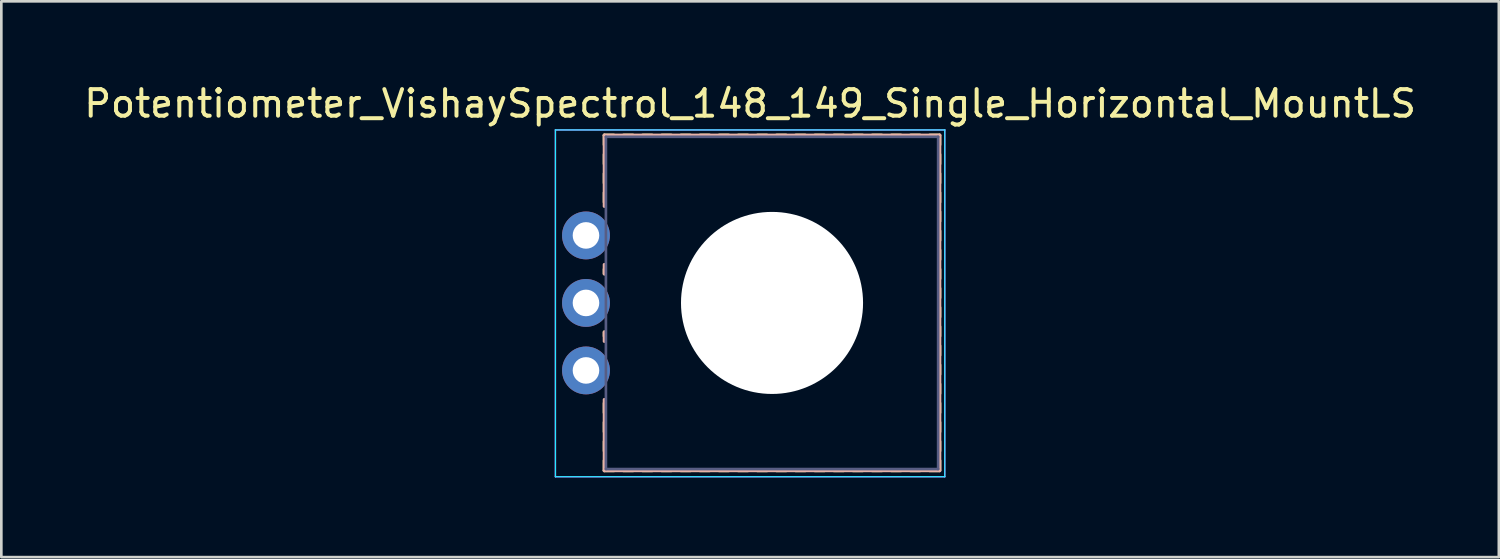
<source format=kicad_pcb>
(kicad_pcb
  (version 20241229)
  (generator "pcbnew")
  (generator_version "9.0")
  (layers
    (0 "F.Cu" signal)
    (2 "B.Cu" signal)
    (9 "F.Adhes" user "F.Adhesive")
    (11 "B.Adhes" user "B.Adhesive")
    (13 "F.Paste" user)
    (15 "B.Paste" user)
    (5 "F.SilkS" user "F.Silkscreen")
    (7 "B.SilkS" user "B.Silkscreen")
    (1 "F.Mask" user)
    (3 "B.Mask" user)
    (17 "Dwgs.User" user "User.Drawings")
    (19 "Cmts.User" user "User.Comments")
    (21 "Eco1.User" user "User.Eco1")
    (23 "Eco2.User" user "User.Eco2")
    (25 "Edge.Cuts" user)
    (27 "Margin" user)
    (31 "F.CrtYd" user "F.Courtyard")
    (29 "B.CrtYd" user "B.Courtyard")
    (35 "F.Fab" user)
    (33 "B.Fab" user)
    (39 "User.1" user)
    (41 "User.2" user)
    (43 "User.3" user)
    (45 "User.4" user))
  (footprint "Potentiometer_VishaySpectrol_148_149_Single_Horizontal_MountLS"
    (layer "F.Cu")
    (at 18.998 10.888)
    (property "Reference" "Potentiometer_VishaySpectrol_148_149_Single_Horizontal_MountLS" (at 6.175 -10.04 0) (layer "F.SilkS") (effects (font (size 1 1) (thickness 0.15))))
    (attr through_hole)
    (fp_line (start 0.69 -8.85) (end 0.69 -8.49) (stroke (width 0.12) (type solid)) (layer "F.SilkS"))
    (fp_line (start 0.69 -8.85) (end 1.05 -8.85) (stroke (width 0.12) (type solid)) (layer "F.SilkS"))
    (fp_line (start 0.69 -8.13) (end 0.69 -7.77) (stroke (width 0.12) (type solid)) (layer "F.SilkS"))
    (fp_line (start 0.69 -7.41) (end 0.69 -7.051) (stroke (width 0.12) (type solid)) (layer "F.SilkS"))
    (fp_line (start 0.69 -6.69) (end 0.69 -6.33) (stroke (width 0.12) (type solid)) (layer "F.SilkS"))
    (fp_line (start 0.69 -3.81) (end 0.69 -3.635) (stroke (width 0.12) (type solid)) (layer "F.SilkS"))
    (fp_line (start 0.69 -1.445) (end 0.69 -1.29) (stroke (width 0.12) (type solid)) (layer "F.SilkS"))
    (fp_line (start 0.69 1.23) (end 0.69 1.59) (stroke (width 0.12) (type solid)) (layer "F.SilkS"))
    (fp_line (start 0.69 1.95) (end 0.69 2.31) (stroke (width 0.12) (type solid)) (layer "F.SilkS"))
    (fp_line (start 0.69 2.67) (end 0.69 3.03) (stroke (width 0.12) (type solid)) (layer "F.SilkS"))
    (fp_line (start 0.69 3.39) (end 0.69 3.75) (stroke (width 0.12) (type solid)) (layer "F.SilkS"))
    (fp_line (start 0.69 3.77) (end 1.05 3.77) (stroke (width 0.12) (type solid)) (layer "F.SilkS"))
    (fp_line (start 1.41 -8.85) (end 1.77 -8.85) (stroke (width 0.12) (type solid)) (layer "F.SilkS"))
    (fp_line (start 1.41 3.77) (end 1.77 3.77) (stroke (width 0.12) (type solid)) (layer "F.SilkS"))
    (fp_line (start 2.13 -8.85) (end 2.49 -8.85) (stroke (width 0.12) (type solid)) (layer "F.SilkS"))
    (fp_line (start 2.13 3.77) (end 2.49 3.77) (stroke (width 0.12) (type solid)) (layer "F.SilkS"))
    (fp_line (start 2.85 -8.85) (end 3.21 -8.85) (stroke (width 0.12) (type solid)) (layer "F.SilkS"))
    (fp_line (start 2.85 3.77) (end 3.21 3.77) (stroke (width 0.12) (type solid)) (layer "F.SilkS"))
    (fp_line (start 3.57 -8.85) (end 3.93 -8.85) (stroke (width 0.12) (type solid)) (layer "F.SilkS"))
    (fp_line (start 3.57 3.77) (end 3.93 3.77) (stroke (width 0.12) (type solid)) (layer "F.SilkS"))
    (fp_line (start 4.29 -8.85) (end 4.65 -8.85) (stroke (width 0.12) (type solid)) (layer "F.SilkS"))
    (fp_line (start 4.29 3.77) (end 4.65 3.77) (stroke (width 0.12) (type solid)) (layer "F.SilkS"))
    (fp_line (start 5.01 -8.85) (end 5.37 -8.85) (stroke (width 0.12) (type solid)) (layer "F.SilkS"))
    (fp_line (start 5.01 3.77) (end 5.37 3.77) (stroke (width 0.12) (type solid)) (layer "F.SilkS"))
    (fp_line (start 5.73 -8.85) (end 6.09 -8.85) (stroke (width 0.12) (type solid)) (layer "F.SilkS"))
    (fp_line (start 5.73 3.77) (end 6.09 3.77) (stroke (width 0.12) (type solid)) (layer "F.SilkS"))
    (fp_line (start 6.45 -8.85) (end 6.81 -8.85) (stroke (width 0.12) (type solid)) (layer "F.SilkS"))
    (fp_line (start 6.45 3.77) (end 6.81 3.77) (stroke (width 0.12) (type solid)) (layer "F.SilkS"))
    (fp_line (start 7.17 -8.85) (end 7.53 -8.85) (stroke (width 0.12) (type solid)) (layer "F.SilkS"))
    (fp_line (start 7.17 3.77) (end 7.53 3.77) (stroke (width 0.12) (type solid)) (layer "F.SilkS"))
    (fp_line (start 7.89 -8.85) (end 8.25 -8.85) (stroke (width 0.12) (type solid)) (layer "F.SilkS"))
    (fp_line (start 7.89 3.77) (end 8.25 3.77) (stroke (width 0.12) (type solid)) (layer "F.SilkS"))
    (fp_line (start 8.61 -8.85) (end 8.97 -8.85) (stroke (width 0.12) (type solid)) (layer "F.SilkS"))
    (fp_line (start 8.61 3.77) (end 8.97 3.77) (stroke (width 0.12) (type solid)) (layer "F.SilkS"))
    (fp_line (start 9.33 -8.85) (end 9.69 -8.85) (stroke (width 0.12) (type solid)) (layer "F.SilkS"))
    (fp_line (start 9.33 3.77) (end 9.69 3.77) (stroke (width 0.12) (type solid)) (layer "F.SilkS"))
    (fp_line (start 10.05 -8.85) (end 10.41 -8.85) (stroke (width 0.12) (type solid)) (layer "F.SilkS"))
    (fp_line (start 10.05 3.77) (end 10.41 3.77) (stroke (width 0.12) (type solid)) (layer "F.SilkS"))
    (fp_line (start 10.77 -8.85) (end 11.13 -8.85) (stroke (width 0.12) (type solid)) (layer "F.SilkS"))
    (fp_line (start 10.77 3.77) (end 11.13 3.77) (stroke (width 0.12) (type solid)) (layer "F.SilkS"))
    (fp_line (start 11.49 -8.85) (end 11.85 -8.85) (stroke (width 0.12) (type solid)) (layer "F.SilkS"))
    (fp_line (start 11.49 3.77) (end 11.85 3.77) (stroke (width 0.12) (type solid)) (layer "F.SilkS"))
    (fp_line (start 12.21 -8.85) (end 12.57 -8.85) (stroke (width 0.12) (type solid)) (layer "F.SilkS"))
    (fp_line (start 12.21 3.77) (end 12.57 3.77) (stroke (width 0.12) (type solid)) (layer "F.SilkS"))
    (fp_line (start 12.931 -8.85) (end 13.29 -8.85) (stroke (width 0.12) (type solid)) (layer "F.SilkS"))
    (fp_line (start 12.931 3.77) (end 13.29 3.77) (stroke (width 0.12) (type solid)) (layer "F.SilkS"))
    (fp_line (start 13.31 -8.85) (end 13.31 -8.49) (stroke (width 0.12) (type solid)) (layer "F.SilkS"))
    (fp_line (start 13.31 -8.13) (end 13.31 -7.77) (stroke (width 0.12) (type solid)) (layer "F.SilkS"))
    (fp_line (start 13.31 -7.41) (end 13.31 -7.051) (stroke (width 0.12) (type solid)) (layer "F.SilkS"))
    (fp_line (start 13.31 -6.69) (end 13.31 -6.33) (stroke (width 0.12) (type solid)) (layer "F.SilkS"))
    (fp_line (start 13.31 -5.971) (end 13.31 -5.611) (stroke (width 0.12) (type solid)) (layer "F.SilkS"))
    (fp_line (start 13.31 -5.251) (end 13.31 -4.89) (stroke (width 0.12) (type solid)) (layer "F.SilkS"))
    (fp_line (start 13.31 -4.53) (end 13.31 -4.17) (stroke (width 0.12) (type solid)) (layer "F.SilkS"))
    (fp_line (start 13.31 -3.81) (end 13.31 -3.45) (stroke (width 0.12) (type solid)) (layer "F.SilkS"))
    (fp_line (start 13.31 -3.09) (end 13.31 -2.73) (stroke (width 0.12) (type solid)) (layer "F.SilkS"))
    (fp_line (start 13.31 -2.37) (end 13.31 -2.01) (stroke (width 0.12) (type solid)) (layer "F.SilkS"))
    (fp_line (start 13.31 -1.65) (end 13.31 -1.29) (stroke (width 0.12) (type solid)) (layer "F.SilkS"))
    (fp_line (start 13.31 -0.93) (end 13.31 -0.57) (stroke (width 0.12) (type solid)) (layer "F.SilkS"))
    (fp_line (start 13.31 -0.21) (end 13.31 0.15) (stroke (width 0.12) (type solid)) (layer "F.SilkS"))
    (fp_line (start 13.31 0.51) (end 13.31 0.87) (stroke (width 0.12) (type solid)) (layer "F.SilkS"))
    (fp_line (start 13.31 1.23) (end 13.31 1.59) (stroke (width 0.12) (type solid)) (layer "F.SilkS"))
    (fp_line (start 13.31 1.95) (end 13.31 2.31) (stroke (width 0.12) (type solid)) (layer "F.SilkS"))
    (fp_line (start 13.31 2.67) (end 13.31 3.03) (stroke (width 0.12) (type solid)) (layer "F.SilkS"))
    (fp_line (start 13.31 3.39) (end 13.31 3.75) (stroke (width 0.12) (type solid)) (layer "F.SilkS"))
    (fp_line (start 0.69 -8.85) (end 0.69 -6.175) (stroke (width 0.12) (type solid)) (layer "B.SilkS"))
    (fp_line (start 0.69 -8.85) (end 13.31 -8.85) (stroke (width 0.12) (type solid)) (layer "B.SilkS"))
    (fp_line (start 0.69 -3.985) (end 0.69 -3.635) (stroke (width 0.12) (type solid)) (layer "B.SilkS"))
    (fp_line (start 0.69 -1.445) (end 0.69 -1.095) (stroke (width 0.12) (type solid)) (layer "B.SilkS"))
    (fp_line (start 0.69 1.095) (end 0.69 3.77) (stroke (width 0.12) (type solid)) (layer "B.SilkS"))
    (fp_line (start 0.69 3.77) (end 13.31 3.77) (stroke (width 0.12) (type solid)) (layer "B.SilkS"))
    (fp_line (start 13.31 -8.85) (end 13.31 3.77) (stroke (width 0.12) (type solid)) (layer "B.SilkS"))
    (fp_line (start -1.15 -9.05) (end -1.15 4) (stroke (width 0.05) (type solid)) (layer "B.CrtYd"))
    (fp_line (start -1.15 4) (end 13.5 4) (stroke (width 0.05) (type solid)) (layer "B.CrtYd"))
    (fp_line (start 13.5 -9.05) (end -1.15 -9.05) (stroke (width 0.05) (type solid)) (layer "B.CrtYd"))
    (fp_line (start 13.5 4) (end 13.5 -9.05) (stroke (width 0.05) (type solid)) (layer "B.CrtYd"))
    (fp_line (start -1.15 -9.05) (end -1.15 4) (stroke (width 0.05) (type solid)) (layer "F.CrtYd"))
    (fp_line (start -1.15 4) (end 13.5 4) (stroke (width 0.05) (type solid)) (layer "F.CrtYd"))
    (fp_line (start 13.5 -9.05) (end -1.15 -9.05) (stroke (width 0.05) (type solid)) (layer "F.CrtYd"))
    (fp_line (start 13.5 4) (end 13.5 -9.05) (stroke (width 0.05) (type solid)) (layer "F.CrtYd"))
    (fp_line (start 0.75 -8.79) (end 0.75 3.71) (stroke (width 0.1) (type solid)) (layer "B.Fab"))
    (fp_line (start 0.75 3.71) (end 13.25 3.71) (stroke (width 0.1) (type solid)) (layer "B.Fab"))
    (fp_line (start 13.25 -8.79) (end 0.75 -8.79) (stroke (width 0.1) (type solid)) (layer "B.Fab"))
    (fp_line (start 13.25 3.71) (end 13.25 -8.79) (stroke (width 0.1) (type solid)) (layer "B.Fab"))
    (fp_circle (center 7 -2.54) (end 8.585 -2.54) (stroke (width 0.1) (type solid)) (fill no) (layer "B.Fab"))
    (fp_circle (center 7 -2.54) (end 10.175 -2.54) (stroke (width 0.1) (type solid)) (fill no) (layer "B.Fab"))
    (pad "" np_thru_hole circle (at 7 -2.54) (size 6.85 6.85) (drill 6.85) (layers "*.Cu" "*.Mask"))
    (pad "1" thru_hole circle (at 0 0) (size 1.8 1.8) (drill 1) (layers "*.Cu" "*.Mask"))
    (pad "2" thru_hole circle (at 0 -2.54) (size 1.8 1.8) (drill 1) (layers "*.Cu" "*.Mask"))
    (pad "3" thru_hole circle (at 0 -5.08) (size 1.8 1.8) (drill 1) (layers "*.Cu" "*.Mask")))
  (gr_rect
    (start -3 -3)
    (end 53.345 17.913)
    (stroke (width 0.1) (type default))
    (fill no)
    (layer "Edge.Cuts")))
</source>
